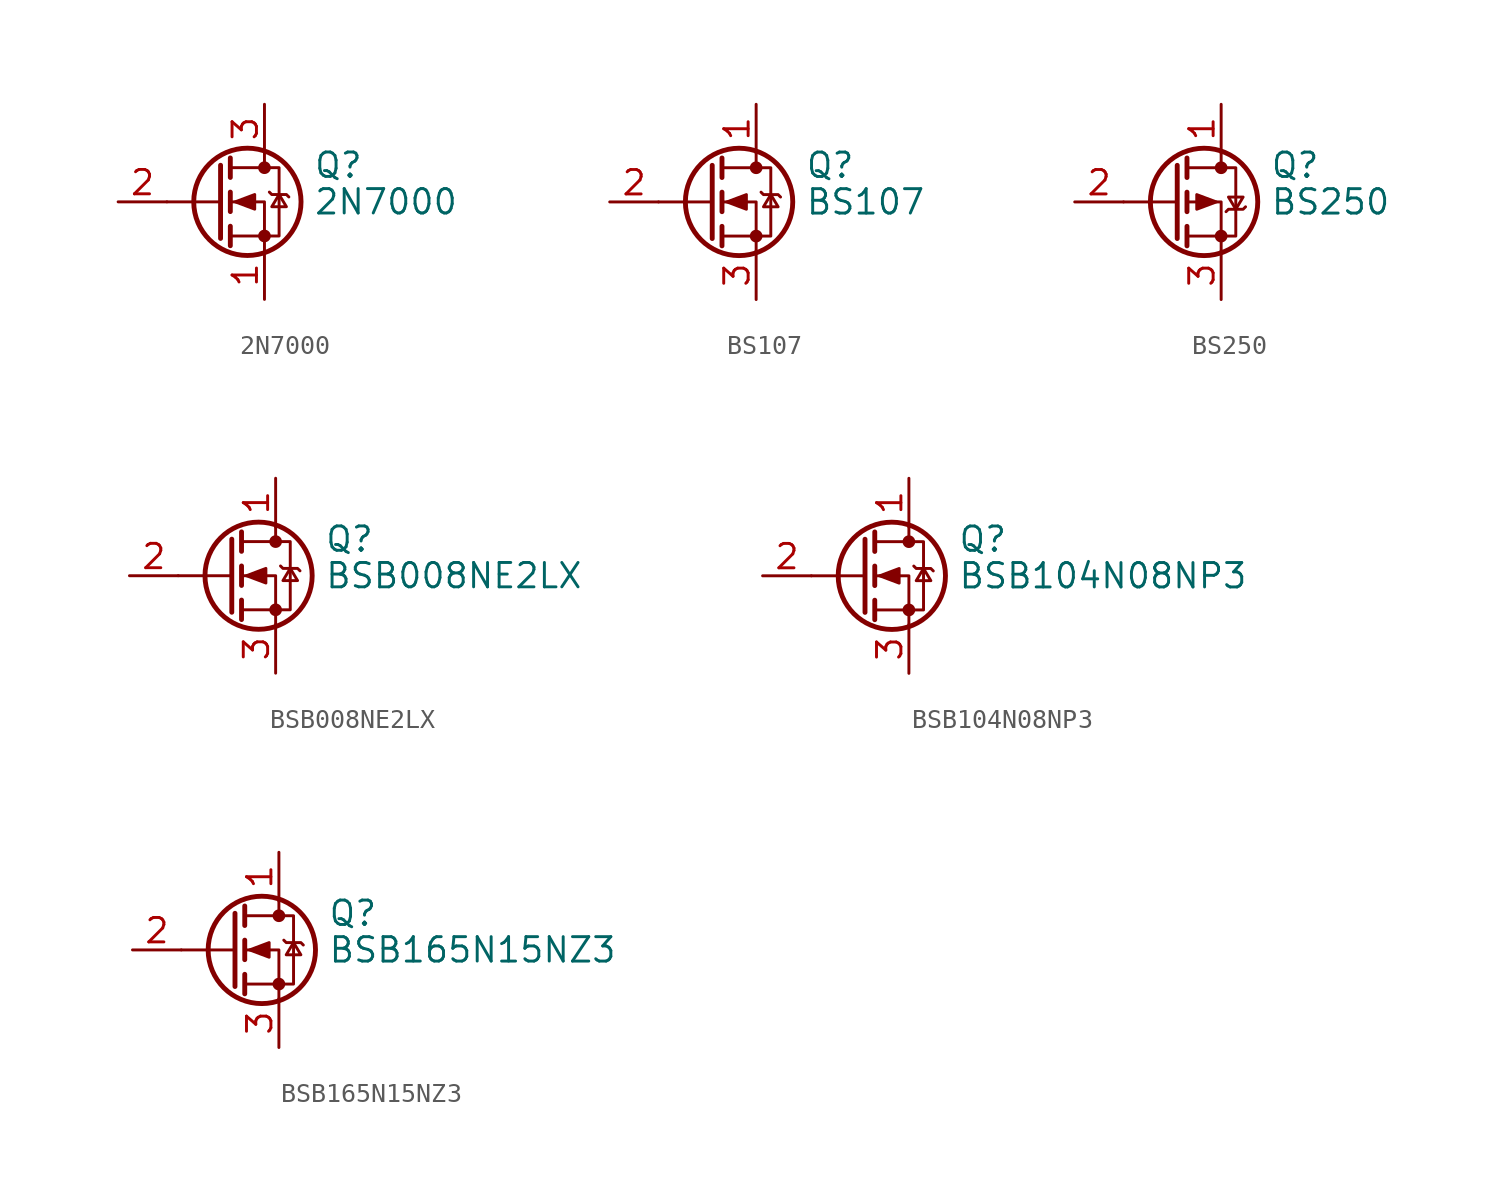
<source format=kicad_sym>
(kicad_symbol_lib
  (version 20200908)
  (generator kicad_symbol_editor)
  (symbol "Transistor_FET:2N7000"
    (pin_names hide)
    (property "Reference" "Q"
      (at 5.08 1.905 0)
      (effects (font (size 1.27 1.27)) (justify left)))
    (property "Value" "2N7000"
      (at 5.08 0 0)
      (effects (font (size 1.27 1.27)) (justify left)))
    (symbol "2N7000_0_1"
      (circle (center 1.651 0) (radius 2.794) (stroke (width 0.254)) (fill (type none)))
      (circle (center 2.54 -1.778) (radius 0.254) (stroke (width 0)) (fill (type outline)))
      (circle (center 2.54 1.778) (radius 0.254) (stroke (width 0)) (fill (type outline)))
      (polyline (pts (xy 0.254 0) (xy -2.54 0)) (stroke (width 0)) (fill (type none)))
      (polyline (pts (xy 0.254 1.905) (xy 0.254 -1.905)) (stroke (width 0.254)) (fill (type none)))
      (polyline (pts (xy 0.762 -1.27) (xy 0.762 -2.286)) (stroke (width 0.254)) (fill (type none)))
      (polyline (pts (xy 0.762 0.508) (xy 0.762 -0.508)) (stroke (width 0.254)) (fill (type none)))
      (polyline (pts (xy 0.762 2.286) (xy 0.762 1.27)) (stroke (width 0.254)) (fill (type none)))
      (polyline (pts (xy 2.54 2.54) (xy 2.54 1.778)) (stroke (width 0)) (fill (type none)))
      (polyline (pts (xy 2.54 -2.54) (xy 2.54 0) (xy 0.762 0)) (stroke (width 0)) (fill (type none)))
      (polyline (pts (xy 0.762 -1.778) (xy 3.302 -1.778) (xy 3.302 1.778) (xy 0.762 1.778)) (stroke (width 0)) (fill (type none)))
      (polyline (pts (xy 1.016 0) (xy 2.032 0.381) (xy 2.032 -0.381) (xy 1.016 0)) (stroke (width 0)) (fill (type outline)))
      (polyline (pts (xy 2.794 0.508) (xy 2.921 0.381) (xy 3.683 0.381) (xy 3.81 0.254)) (stroke (width 0)) (fill (type none)))
      (polyline (pts (xy 3.302 0.381) (xy 2.921 -0.254) (xy 3.683 -0.254) (xy 3.302 0.381)) (stroke (width 0)) (fill (type none))))
    (symbol "2N7000_1_1"
      (pin passive line (at 2.54 -5.08 90) (length 2.54) (name "S" (effects (font (size 1.27 1.27)))) (number "1" (effects (font (size 1.27 1.27)))))
      (pin input line (at -5.08 0 0) (length 2.54) (name "G" (effects (font (size 1.27 1.27)))) (number "2" (effects (font (size 1.27 1.27)))))
      (pin passive line (at 2.54 5.08 270) (length 2.54) (name "D" (effects (font (size 1.27 1.27)))) (number "3" (effects (font (size 1.27 1.27)))))))
  (symbol "Transistor_FET:BS107"
    (pin_names hide)
    (property "Reference" "Q"
      (at 5.08 1.905 0)
      (effects (font (size 1.27 1.27)) (justify left)))
    (property "Value" "BS107"
      (at 5.08 0 0)
      (effects (font (size 1.27 1.27)) (justify left)))
    (symbol "BS107_0_1"
      (circle (center 1.651 0) (radius 2.794) (stroke (width 0.254)) (fill (type none)))
      (circle (center 2.54 -1.778) (radius 0.254) (stroke (width 0)) (fill (type outline)))
      (circle (center 2.54 1.778) (radius 0.254) (stroke (width 0)) (fill (type outline)))
      (polyline (pts (xy 0.254 0) (xy -2.54 0)) (stroke (width 0)) (fill (type none)))
      (polyline (pts (xy 0.254 1.905) (xy 0.254 -1.905)) (stroke (width 0.254)) (fill (type none)))
      (polyline (pts (xy 0.762 -1.27) (xy 0.762 -2.286)) (stroke (width 0.254)) (fill (type none)))
      (polyline (pts (xy 0.762 0.508) (xy 0.762 -0.508)) (stroke (width 0.254)) (fill (type none)))
      (polyline (pts (xy 0.762 2.286) (xy 0.762 1.27)) (stroke (width 0.254)) (fill (type none)))
      (polyline (pts (xy 2.54 2.54) (xy 2.54 1.778)) (stroke (width 0)) (fill (type none)))
      (polyline (pts (xy 2.54 -2.54) (xy 2.54 0) (xy 0.762 0)) (stroke (width 0)) (fill (type none)))
      (polyline (pts (xy 0.762 -1.778) (xy 3.302 -1.778) (xy 3.302 1.778) (xy 0.762 1.778)) (stroke (width 0)) (fill (type none)))
      (polyline (pts (xy 1.016 0) (xy 2.032 0.381) (xy 2.032 -0.381) (xy 1.016 0)) (stroke (width 0)) (fill (type outline)))
      (polyline (pts (xy 2.794 0.508) (xy 2.921 0.381) (xy 3.683 0.381) (xy 3.81 0.254)) (stroke (width 0)) (fill (type none)))
      (polyline (pts (xy 3.302 0.381) (xy 2.921 -0.254) (xy 3.683 -0.254) (xy 3.302 0.381)) (stroke (width 0)) (fill (type none))))
    (symbol "BS107_1_1"
      (pin passive line (at 2.54 5.08 270) (length 2.54) (name "D" (effects (font (size 1.27 1.27)))) (number "1" (effects (font (size 1.27 1.27)))))
      (pin input line (at -5.08 0 0) (length 2.54) (name "G" (effects (font (size 1.27 1.27)))) (number "2" (effects (font (size 1.27 1.27)))))
      (pin passive line (at 2.54 -5.08 90) (length 2.54) (name "S" (effects (font (size 1.27 1.27)))) (number "3" (effects (font (size 1.27 1.27)))))))
  (symbol "Transistor_FET:BS250"
    (pin_names hide)
    (property "Reference" "Q"
      (at 5.08 1.905 0)
      (effects (font (size 1.27 1.27)) (justify left)))
    (property "Value" "BS250"
      (at 5.08 0 0)
      (effects (font (size 1.27 1.27)) (justify left)))
    (symbol "BS250_0_1"
      (circle (center 1.651 0) (radius 2.794) (stroke (width 0.254)) (fill (type none)))
      (circle (center 2.54 -1.778) (radius 0.254) (stroke (width 0)) (fill (type outline)))
      (circle (center 2.54 1.778) (radius 0.254) (stroke (width 0)) (fill (type outline)))
      (polyline (pts (xy 0.254 0) (xy -2.54 0)) (stroke (width 0)) (fill (type none)))
      (polyline (pts (xy 0.254 1.905) (xy 0.254 -1.905)) (stroke (width 0.254)) (fill (type none)))
      (polyline (pts (xy 0.762 -1.27) (xy 0.762 -2.286)) (stroke (width 0.254)) (fill (type none)))
      (polyline (pts (xy 0.762 0.508) (xy 0.762 -0.508)) (stroke (width 0.254)) (fill (type none)))
      (polyline (pts (xy 0.762 2.286) (xy 0.762 1.27)) (stroke (width 0.254)) (fill (type none)))
      (polyline (pts (xy 2.54 2.54) (xy 2.54 1.778)) (stroke (width 0)) (fill (type none)))
      (polyline (pts (xy 2.54 -2.54) (xy 2.54 0) (xy 0.762 0)) (stroke (width 0)) (fill (type none)))
      (polyline (pts (xy 0.762 1.778) (xy 3.302 1.778) (xy 3.302 -1.778) (xy 0.762 -1.778)) (stroke (width 0)) (fill (type none)))
      (polyline (pts (xy 2.286 0) (xy 1.27 0.381) (xy 1.27 -0.381) (xy 2.286 0)) (stroke (width 0)) (fill (type outline)))
      (polyline (pts (xy 2.794 -0.508) (xy 2.921 -0.381) (xy 3.683 -0.381) (xy 3.81 -0.254)) (stroke (width 0)) (fill (type none)))
      (polyline (pts (xy 3.302 -0.381) (xy 2.921 0.254) (xy 3.683 0.254) (xy 3.302 -0.381)) (stroke (width 0)) (fill (type none))))
    (symbol "BS250_1_1"
      (pin passive line (at 2.54 5.08 270) (length 2.54) (name "D" (effects (font (size 1.27 1.27)))) (number "1" (effects (font (size 1.27 1.27)))))
      (pin input line (at -5.08 0 0) (length 2.54) (name "G" (effects (font (size 1.27 1.27)))) (number "2" (effects (font (size 1.27 1.27)))))
      (pin passive line (at 2.54 -5.08 90) (length 2.54) (name "S" (effects (font (size 1.27 1.27)))) (number "3" (effects (font (size 1.27 1.27)))))))
  (symbol "Transistor_FET:BSB008NE2LX"
    (pin_names hide)
    (property "Reference" "Q"
      (at 5.08 1.905 0)
      (effects (font (size 1.27 1.27)) (justify left)))
    (property "Value" "BSB008NE2LX"
      (at 5.08 0 0)
      (effects (font (size 1.27 1.27)) (justify left)))
    (symbol "BSB008NE2LX_0_1"
      (circle (center 1.651 0) (radius 2.794) (stroke (width 0.254)) (fill (type none)))
      (circle (center 2.54 -1.778) (radius 0.254) (stroke (width 0)) (fill (type outline)))
      (circle (center 2.54 1.778) (radius 0.254) (stroke (width 0)) (fill (type outline)))
      (polyline (pts (xy 0.254 0) (xy -2.54 0)) (stroke (width 0)) (fill (type none)))
      (polyline (pts (xy 0.254 1.905) (xy 0.254 -1.905)) (stroke (width 0.254)) (fill (type none)))
      (polyline (pts (xy 0.762 -1.27) (xy 0.762 -2.286)) (stroke (width 0.254)) (fill (type none)))
      (polyline (pts (xy 0.762 0.508) (xy 0.762 -0.508)) (stroke (width 0.254)) (fill (type none)))
      (polyline (pts (xy 0.762 2.286) (xy 0.762 1.27)) (stroke (width 0.254)) (fill (type none)))
      (polyline (pts (xy 2.54 2.54) (xy 2.54 1.778)) (stroke (width 0)) (fill (type none)))
      (polyline (pts (xy 2.54 -2.54) (xy 2.54 0) (xy 0.762 0)) (stroke (width 0)) (fill (type none)))
      (polyline (pts (xy 0.762 -1.778) (xy 3.302 -1.778) (xy 3.302 1.778) (xy 0.762 1.778)) (stroke (width 0)) (fill (type none)))
      (polyline (pts (xy 1.016 0) (xy 2.032 0.381) (xy 2.032 -0.381) (xy 1.016 0)) (stroke (width 0)) (fill (type outline)))
      (polyline (pts (xy 2.794 0.508) (xy 2.921 0.381) (xy 3.683 0.381) (xy 3.81 0.254)) (stroke (width 0)) (fill (type none)))
      (polyline (pts (xy 3.302 0.381) (xy 2.921 -0.254) (xy 3.683 -0.254) (xy 3.302 0.381)) (stroke (width 0)) (fill (type none))))
    (symbol "BSB008NE2LX_1_1"
      (pin passive line (at 2.54 5.08 270) (length 2.54) (name "D" (effects (font (size 1.27 1.27)))) (number "1" (effects (font (size 1.27 1.27)))))
      (pin input line (at -5.08 0 0) (length 2.54) (name "G" (effects (font (size 1.27 1.27)))) (number "2" (effects (font (size 1.27 1.27)))))
      (pin passive line (at 2.54 -5.08 90) (length 2.54) (name "S" (effects (font (size 1.27 1.27)))) (number "3" (effects (font (size 1.27 1.27)))))))
  (symbol "Transistor_FET:BSB104N08NP3"
    (pin_names hide)
    (property "Reference" "Q"
      (at 5.08 1.905 0)
      (effects (font (size 1.27 1.27)) (justify left)))
    (property "Value" "BSB104N08NP3"
      (at 5.08 0 0)
      (effects (font (size 1.27 1.27)) (justify left)))
    (symbol "BSB104N08NP3_0_1"
      (circle (center 1.651 0) (radius 2.794) (stroke (width 0.254)) (fill (type none)))
      (circle (center 2.54 -1.778) (radius 0.254) (stroke (width 0)) (fill (type outline)))
      (circle (center 2.54 1.778) (radius 0.254) (stroke (width 0)) (fill (type outline)))
      (polyline (pts (xy 0.254 0) (xy -2.54 0)) (stroke (width 0)) (fill (type none)))
      (polyline (pts (xy 0.254 1.905) (xy 0.254 -1.905)) (stroke (width 0.254)) (fill (type none)))
      (polyline (pts (xy 0.762 -1.27) (xy 0.762 -2.286)) (stroke (width 0.254)) (fill (type none)))
      (polyline (pts (xy 0.762 0.508) (xy 0.762 -0.508)) (stroke (width 0.254)) (fill (type none)))
      (polyline (pts (xy 0.762 2.286) (xy 0.762 1.27)) (stroke (width 0.254)) (fill (type none)))
      (polyline (pts (xy 2.54 2.54) (xy 2.54 1.778)) (stroke (width 0)) (fill (type none)))
      (polyline (pts (xy 2.54 -2.54) (xy 2.54 0) (xy 0.762 0)) (stroke (width 0)) (fill (type none)))
      (polyline (pts (xy 0.762 -1.778) (xy 3.302 -1.778) (xy 3.302 1.778) (xy 0.762 1.778)) (stroke (width 0)) (fill (type none)))
      (polyline (pts (xy 1.016 0) (xy 2.032 0.381) (xy 2.032 -0.381) (xy 1.016 0)) (stroke (width 0)) (fill (type outline)))
      (polyline (pts (xy 2.794 0.508) (xy 2.921 0.381) (xy 3.683 0.381) (xy 3.81 0.254)) (stroke (width 0)) (fill (type none)))
      (polyline (pts (xy 3.302 0.381) (xy 2.921 -0.254) (xy 3.683 -0.254) (xy 3.302 0.381)) (stroke (width 0)) (fill (type none))))
    (symbol "BSB104N08NP3_1_1"
      (pin passive line (at 2.54 5.08 270) (length 2.54) (name "D" (effects (font (size 1.27 1.27)))) (number "1" (effects (font (size 1.27 1.27)))))
      (pin input line (at -5.08 0 0) (length 2.54) (name "G" (effects (font (size 1.27 1.27)))) (number "2" (effects (font (size 1.27 1.27)))))
      (pin passive line (at 2.54 -5.08 90) (length 2.54) (name "S" (effects (font (size 1.27 1.27)))) (number "3" (effects (font (size 1.27 1.27)))))))
  (symbol "Transistor_FET:BSB165N15NZ3"
    (pin_names hide)
    (property "Reference" "Q"
      (at 5.08 1.905 0)
      (effects (font (size 1.27 1.27)) (justify left)))
    (property "Value" "BSB165N15NZ3"
      (at 5.08 0 0)
      (effects (font (size 1.27 1.27)) (justify left)))
    (symbol "BSB165N15NZ3_0_1"
      (circle (center 1.651 0) (radius 2.794) (stroke (width 0.254)) (fill (type none)))
      (circle (center 2.54 -1.778) (radius 0.254) (stroke (width 0)) (fill (type outline)))
      (circle (center 2.54 1.778) (radius 0.254) (stroke (width 0)) (fill (type outline)))
      (polyline (pts (xy 0.254 0) (xy -2.54 0)) (stroke (width 0)) (fill (type none)))
      (polyline (pts (xy 0.254 1.905) (xy 0.254 -1.905)) (stroke (width 0.254)) (fill (type none)))
      (polyline (pts (xy 0.762 -1.27) (xy 0.762 -2.286)) (stroke (width 0.254)) (fill (type none)))
      (polyline (pts (xy 0.762 0.508) (xy 0.762 -0.508)) (stroke (width 0.254)) (fill (type none)))
      (polyline (pts (xy 0.762 2.286) (xy 0.762 1.27)) (stroke (width 0.254)) (fill (type none)))
      (polyline (pts (xy 2.54 2.54) (xy 2.54 1.778)) (stroke (width 0)) (fill (type none)))
      (polyline (pts (xy 2.54 -2.54) (xy 2.54 0) (xy 0.762 0)) (stroke (width 0)) (fill (type none)))
      (polyline (pts (xy 0.762 -1.778) (xy 3.302 -1.778) (xy 3.302 1.778) (xy 0.762 1.778)) (stroke (width 0)) (fill (type none)))
      (polyline (pts (xy 1.016 0) (xy 2.032 0.381) (xy 2.032 -0.381) (xy 1.016 0)) (stroke (width 0)) (fill (type outline)))
      (polyline (pts (xy 2.794 0.508) (xy 2.921 0.381) (xy 3.683 0.381) (xy 3.81 0.254)) (stroke (width 0)) (fill (type none)))
      (polyline (pts (xy 3.302 0.381) (xy 2.921 -0.254) (xy 3.683 -0.254) (xy 3.302 0.381)) (stroke (width 0)) (fill (type none))))
    (symbol "BSB165N15NZ3_1_1"
      (pin passive line (at 2.54 5.08 270) (length 2.54) (name "D" (effects (font (size 1.27 1.27)))) (number "1" (effects (font (size 1.27 1.27)))))
      (pin input line (at -5.08 0 0) (length 2.54) (name "G" (effects (font (size 1.27 1.27)))) (number "2" (effects (font (size 1.27 1.27)))))
      (pin passive line (at 2.54 -5.08 90) (length 2.54) (name "S" (effects (font (size 1.27 1.27)))) (number "3" (effects (font (size 1.27 1.27))))))))
</source>
